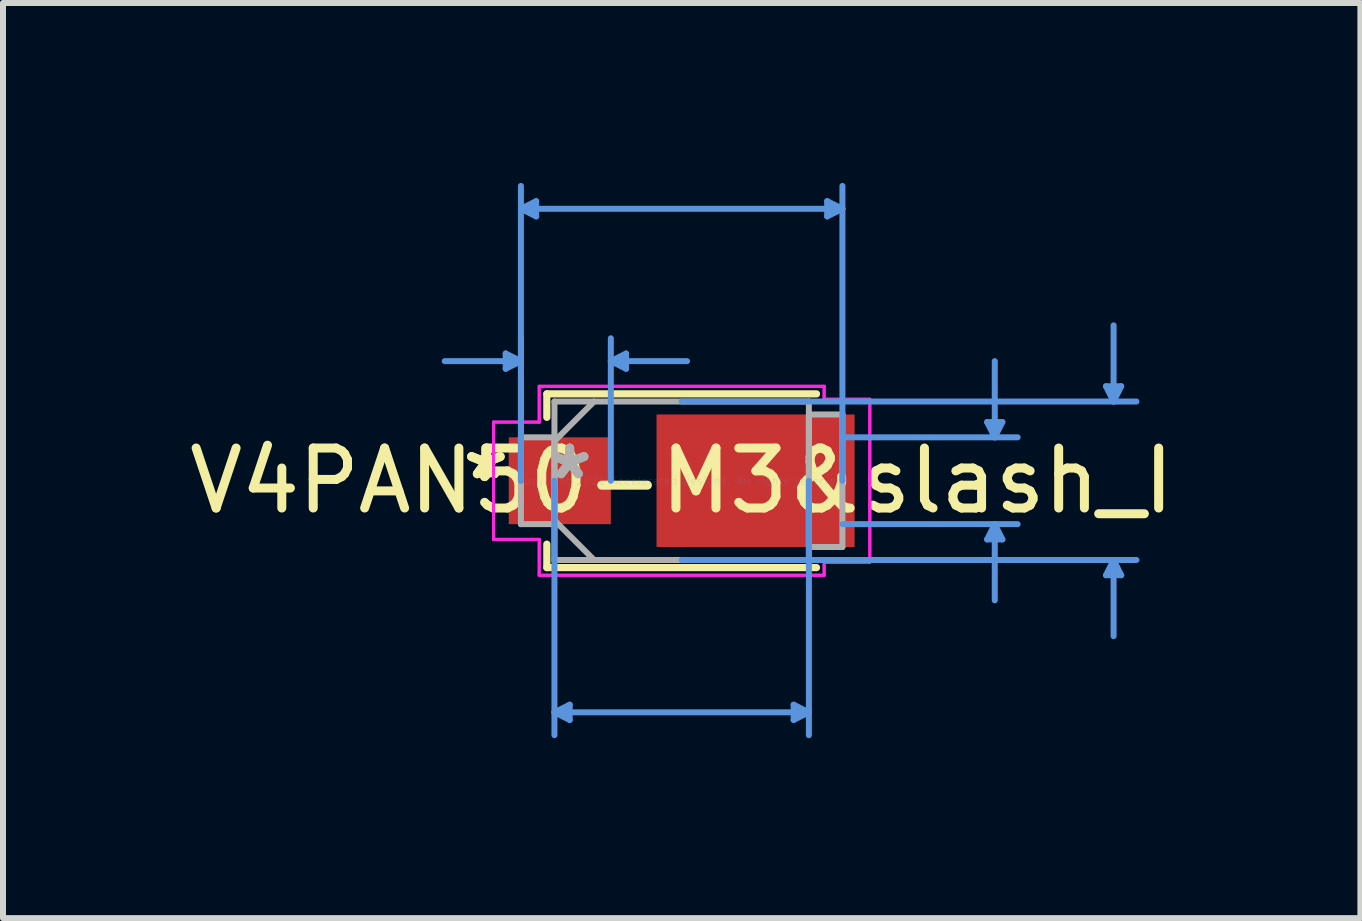
<source format=kicad_pcb>
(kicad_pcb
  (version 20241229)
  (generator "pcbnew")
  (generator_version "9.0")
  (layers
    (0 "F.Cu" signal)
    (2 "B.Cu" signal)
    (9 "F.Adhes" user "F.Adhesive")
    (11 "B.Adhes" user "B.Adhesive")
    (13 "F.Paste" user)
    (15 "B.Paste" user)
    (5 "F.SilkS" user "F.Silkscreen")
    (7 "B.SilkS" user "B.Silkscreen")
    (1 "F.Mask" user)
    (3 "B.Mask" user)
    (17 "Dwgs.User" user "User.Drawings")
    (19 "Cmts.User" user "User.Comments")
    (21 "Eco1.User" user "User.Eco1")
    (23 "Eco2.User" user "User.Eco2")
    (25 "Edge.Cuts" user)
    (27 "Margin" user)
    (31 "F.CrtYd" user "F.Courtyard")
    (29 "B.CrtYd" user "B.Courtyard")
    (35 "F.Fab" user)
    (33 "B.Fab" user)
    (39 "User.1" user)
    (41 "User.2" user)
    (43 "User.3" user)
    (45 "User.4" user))
  (footprint "V4PAN50-M3&slash_I"
    (layer "F.Cu")
    (at 8.315 4.965)
    (property "Reference" "V4PAN50-M3&slash_I" (at 0 0 0) (layer "F.SilkS") (effects (font (size 1 1) (thickness 0.15))))
    (attr through_hole)
    (fp_line (start -2.248 -1.448) (end -2.248 -1.057) (stroke (width 0.12) (type solid)) (layer "F.SilkS"))
    (fp_line (start -2.248 1.057) (end -2.248 1.448) (stroke (width 0.12) (type solid)) (layer "F.SilkS"))
    (fp_line (start -2.248 1.448) (end 2.248 1.448) (stroke (width 0.12) (type solid)) (layer "F.SilkS"))
    (fp_line (start 2.248 -1.448) (end -2.248 -1.448) (stroke (width 0.12) (type solid)) (layer "F.SilkS"))
    (fp_line (start -2.934 -2.121) (end -2.934 -1.867) (stroke (width 0.1) (type solid)) (layer "Cmts.User"))
    (fp_line (start -2.68 -4.534) (end -2.426 -4.661) (stroke (width 0.1) (type solid)) (layer "Cmts.User"))
    (fp_line (start -2.68 -4.534) (end -2.426 -4.407) (stroke (width 0.1) (type solid)) (layer "Cmts.User"))
    (fp_line (start -2.68 -4.534) (end 2.68 -4.534) (stroke (width 0.1) (type solid)) (layer "Cmts.User"))
    (fp_line (start -2.68 -1.994) (end -3.95 -1.994) (stroke (width 0.1) (type solid)) (layer "Cmts.User"))
    (fp_line (start -2.68 -1.994) (end -2.934 -2.121) (stroke (width 0.1) (type solid)) (layer "Cmts.User"))
    (fp_line (start -2.68 -1.994) (end -2.934 -1.867) (stroke (width 0.1) (type solid)) (layer "Cmts.User"))
    (fp_line (start -2.68 0) (end -2.68 -4.915) (stroke (width 0.1) (type solid)) (layer "Cmts.User"))
    (fp_line (start -2.68 0) (end -2.68 -2.375) (stroke (width 0.1) (type solid)) (layer "Cmts.User"))
    (fp_line (start -2.426 -4.661) (end -2.426 -4.407) (stroke (width 0.1) (type solid)) (layer "Cmts.User"))
    (fp_line (start -2.121 0) (end -2.121 4.242) (stroke (width 0.1) (type solid)) (layer "Cmts.User"))
    (fp_line (start -2.121 3.861) (end -1.867 3.734) (stroke (width 0.1) (type solid)) (layer "Cmts.User"))
    (fp_line (start -2.121 3.861) (end -1.867 3.988) (stroke (width 0.1) (type solid)) (layer "Cmts.User"))
    (fp_line (start -2.121 3.861) (end 2.121 3.861) (stroke (width 0.1) (type solid)) (layer "Cmts.User"))
    (fp_line (start -1.867 3.734) (end -1.867 3.988) (stroke (width 0.1) (type solid)) (layer "Cmts.User"))
    (fp_line (start -1.181 -1.994) (end -0.927 -2.121) (stroke (width 0.1) (type solid)) (layer "Cmts.User"))
    (fp_line (start -1.181 -1.994) (end -0.927 -1.867) (stroke (width 0.1) (type solid)) (layer "Cmts.User"))
    (fp_line (start -1.181 -1.994) (end 0.089 -1.994) (stroke (width 0.1) (type solid)) (layer "Cmts.User"))
    (fp_line (start -1.181 0) (end -1.181 -2.375) (stroke (width 0.1) (type solid)) (layer "Cmts.User"))
    (fp_line (start -0.927 -2.121) (end -0.927 -1.867) (stroke (width 0.1) (type solid)) (layer "Cmts.User"))
    (fp_line (start 0 -1.321) (end 7.582 -1.321) (stroke (width 0.1) (type solid)) (layer "Cmts.User"))
    (fp_line (start 0 1.321) (end 7.582 1.321) (stroke (width 0.1) (type solid)) (layer "Cmts.User"))
    (fp_line (start 1.867 3.734) (end 1.867 3.988) (stroke (width 0.1) (type solid)) (layer "Cmts.User"))
    (fp_line (start 2.121 0) (end 2.121 4.242) (stroke (width 0.1) (type solid)) (layer "Cmts.User"))
    (fp_line (start 2.121 3.861) (end 1.867 3.734) (stroke (width 0.1) (type solid)) (layer "Cmts.User"))
    (fp_line (start 2.121 3.861) (end 1.867 3.988) (stroke (width 0.1) (type solid)) (layer "Cmts.User"))
    (fp_line (start 2.426 -4.661) (end 2.426 -4.407) (stroke (width 0.1) (type solid)) (layer "Cmts.User"))
    (fp_line (start 2.68 -4.534) (end 2.426 -4.661) (stroke (width 0.1) (type solid)) (layer "Cmts.User"))
    (fp_line (start 2.68 -4.534) (end 2.426 -4.407) (stroke (width 0.1) (type solid)) (layer "Cmts.User"))
    (fp_line (start 2.68 -0.724) (end 5.601 -0.724) (stroke (width 0.1) (type solid)) (layer "Cmts.User"))
    (fp_line (start 2.68 0) (end 2.68 -4.915) (stroke (width 0.1) (type solid)) (layer "Cmts.User"))
    (fp_line (start 2.68 0.724) (end 5.601 0.724) (stroke (width 0.1) (type solid)) (layer "Cmts.User"))
    (fp_line (start 5.093 -0.978) (end 5.347 -0.978) (stroke (width 0.1) (type solid)) (layer "Cmts.User"))
    (fp_line (start 5.093 0.978) (end 5.347 0.978) (stroke (width 0.1) (type solid)) (layer "Cmts.User"))
    (fp_line (start 5.22 -0.724) (end 5.093 -0.978) (stroke (width 0.1) (type solid)) (layer "Cmts.User"))
    (fp_line (start 5.22 -0.724) (end 5.22 -1.994) (stroke (width 0.1) (type solid)) (layer "Cmts.User"))
    (fp_line (start 5.22 -0.724) (end 5.347 -0.978) (stroke (width 0.1) (type solid)) (layer "Cmts.User"))
    (fp_line (start 5.22 0.724) (end 5.093 0.978) (stroke (width 0.1) (type solid)) (layer "Cmts.User"))
    (fp_line (start 5.22 0.724) (end 5.22 1.994) (stroke (width 0.1) (type solid)) (layer "Cmts.User"))
    (fp_line (start 5.22 0.724) (end 5.347 0.978) (stroke (width 0.1) (type solid)) (layer "Cmts.User"))
    (fp_line (start 7.074 -1.575) (end 7.328 -1.575) (stroke (width 0.1) (type solid)) (layer "Cmts.User"))
    (fp_line (start 7.074 1.575) (end 7.328 1.575) (stroke (width 0.1) (type solid)) (layer "Cmts.User"))
    (fp_line (start 7.201 -1.321) (end 7.074 -1.575) (stroke (width 0.1) (type solid)) (layer "Cmts.User"))
    (fp_line (start 7.201 -1.321) (end 7.201 -2.591) (stroke (width 0.1) (type solid)) (layer "Cmts.User"))
    (fp_line (start 7.201 -1.321) (end 7.328 -1.575) (stroke (width 0.1) (type solid)) (layer "Cmts.User"))
    (fp_line (start 7.201 1.321) (end 7.074 1.575) (stroke (width 0.1) (type solid)) (layer "Cmts.User"))
    (fp_line (start 7.201 1.321) (end 7.201 2.591) (stroke (width 0.1) (type solid)) (layer "Cmts.User"))
    (fp_line (start 7.201 1.321) (end 7.328 1.575) (stroke (width 0.1) (type solid)) (layer "Cmts.User"))
    (fp_line (start -3.137 -0.978) (end -2.375 -0.978) (stroke (width 0.05) (type solid)) (layer "F.CrtYd"))
    (fp_line (start -3.137 -0.978) (end -2.375 -0.978) (stroke (width 0.05) (type solid)) (layer "F.CrtYd"))
    (fp_line (start -3.137 0.978) (end -3.137 -0.978) (stroke (width 0.05) (type solid)) (layer "F.CrtYd"))
    (fp_line (start -3.137 0.978) (end -3.137 -0.978) (stroke (width 0.05) (type solid)) (layer "F.CrtYd"))
    (fp_line (start -2.375 -1.575) (end 2.375 -1.575) (stroke (width 0.05) (type solid)) (layer "F.CrtYd"))
    (fp_line (start -2.375 -1.575) (end 2.375 -1.575) (stroke (width 0.05) (type solid)) (layer "F.CrtYd"))
    (fp_line (start -2.375 -0.978) (end -2.375 -1.575) (stroke (width 0.05) (type solid)) (layer "F.CrtYd"))
    (fp_line (start -2.375 -0.978) (end -2.375 -1.575) (stroke (width 0.05) (type solid)) (layer "F.CrtYd"))
    (fp_line (start -2.375 0.978) (end -3.137 0.978) (stroke (width 0.05) (type solid)) (layer "F.CrtYd"))
    (fp_line (start -2.375 0.978) (end -3.137 0.978) (stroke (width 0.05) (type solid)) (layer "F.CrtYd"))
    (fp_line (start -2.375 1.575) (end -2.375 0.978) (stroke (width 0.05) (type solid)) (layer "F.CrtYd"))
    (fp_line (start -2.375 1.575) (end -2.375 0.978) (stroke (width 0.05) (type solid)) (layer "F.CrtYd"))
    (fp_line (start 2.375 -1.575) (end 2.375 -1.359) (stroke (width 0.05) (type solid)) (layer "F.CrtYd"))
    (fp_line (start 2.375 -1.575) (end 2.375 -1.359) (stroke (width 0.05) (type solid)) (layer "F.CrtYd"))
    (fp_line (start 2.375 -1.359) (end 3.137 -1.359) (stroke (width 0.05) (type solid)) (layer "F.CrtYd"))
    (fp_line (start 2.375 -1.359) (end 3.137 -1.359) (stroke (width 0.05) (type solid)) (layer "F.CrtYd"))
    (fp_line (start 2.375 1.359) (end 2.375 1.575) (stroke (width 0.05) (type solid)) (layer "F.CrtYd"))
    (fp_line (start 2.375 1.359) (end 2.375 1.575) (stroke (width 0.05) (type solid)) (layer "F.CrtYd"))
    (fp_line (start 2.375 1.575) (end -2.375 1.575) (stroke (width 0.05) (type solid)) (layer "F.CrtYd"))
    (fp_line (start 2.375 1.575) (end -2.375 1.575) (stroke (width 0.05) (type solid)) (layer "F.CrtYd"))
    (fp_line (start 3.137 -1.359) (end 3.137 1.359) (stroke (width 0.05) (type solid)) (layer "F.CrtYd"))
    (fp_line (start 3.137 -1.359) (end 3.137 1.359) (stroke (width 0.05) (type solid)) (layer "F.CrtYd"))
    (fp_line (start 3.137 1.359) (end 2.375 1.359) (stroke (width 0.05) (type solid)) (layer "F.CrtYd"))
    (fp_line (start 3.137 1.359) (end 2.375 1.359) (stroke (width 0.05) (type solid)) (layer "F.CrtYd"))
    (fp_line (start -2.68 -0.724) (end -2.68 0.724) (stroke (width 0.1) (type solid)) (layer "F.Fab"))
    (fp_line (start -2.68 0.724) (end -2.121 0.724) (stroke (width 0.1) (type solid)) (layer "F.Fab"))
    (fp_line (start -2.121 -1.321) (end -2.121 1.321) (stroke (width 0.1) (type solid)) (layer "F.Fab"))
    (fp_line (start -2.121 -0.724) (end -2.68 -0.724) (stroke (width 0.1) (type solid)) (layer "F.Fab"))
    (fp_line (start -2.121 -0.66) (end -1.46 -1.321) (stroke (width 0.1) (type solid)) (layer "F.Fab"))
    (fp_line (start -2.121 0.66) (end -1.46 1.321) (stroke (width 0.1) (type solid)) (layer "F.Fab"))
    (fp_line (start -2.121 0.724) (end -2.121 -0.724) (stroke (width 0.1) (type solid)) (layer "F.Fab"))
    (fp_line (start -2.121 1.321) (end 2.121 1.321) (stroke (width 0.1) (type solid)) (layer "F.Fab"))
    (fp_line (start 2.121 -1.321) (end -2.121 -1.321) (stroke (width 0.1) (type solid)) (layer "F.Fab"))
    (fp_line (start 2.121 -1.105) (end 2.121 1.105) (stroke (width 0.1) (type solid)) (layer "F.Fab"))
    (fp_line (start 2.121 1.105) (end 2.68 1.105) (stroke (width 0.1) (type solid)) (layer "F.Fab"))
    (fp_line (start 2.121 1.321) (end 2.121 -1.321) (stroke (width 0.1) (type solid)) (layer "F.Fab"))
    (fp_line (start 2.68 -1.105) (end 2.121 -1.105) (stroke (width 0.1) (type solid)) (layer "F.Fab"))
    (fp_line (start 2.68 1.105) (end 2.68 -1.105) (stroke (width 0.1) (type solid)) (layer "F.Fab"))
    (fp_text user "*" (at -3.264 0 0) (layer "F.SilkS") (effects (font (size 1 1) (thickness 0.15))))
    (fp_text user "*" (at -3.264 0 0) (layer "F.SilkS") (effects (font (size 1 1) (thickness 0.15))))
    (fp_text user "Copyright 2021 Accelerated Designs. All rights reserved." (at 0 0 0) (layer "Cmts.User") (effects (font (size 0.127 0.127) (thickness 0.002))))
    (fp_text user "*" (at -1.867 0 0) (layer "F.Fab") (effects (font (size 1 1) (thickness 0.15))))
    (fp_text user "*" (at -1.867 0 0) (layer "F.Fab") (effects (font (size 1 1) (thickness 0.15))))
    (pad "1" smd rect (at -2.032 0) (size 1.702 1.448) (layers "F.Cu" "F.Mask" "F.Paste"))
    (pad "2" smd rect (at 1.232 0) (size 3.302 2.21) (layers "F.Cu" "F.Mask" "F.Paste")))
  (gr_rect
    (start -3 -3)
    (end 19.631 12.257)
    (stroke (width 0.1) (type default))
    (fill no)
    (layer "Edge.Cuts")))
</source>
